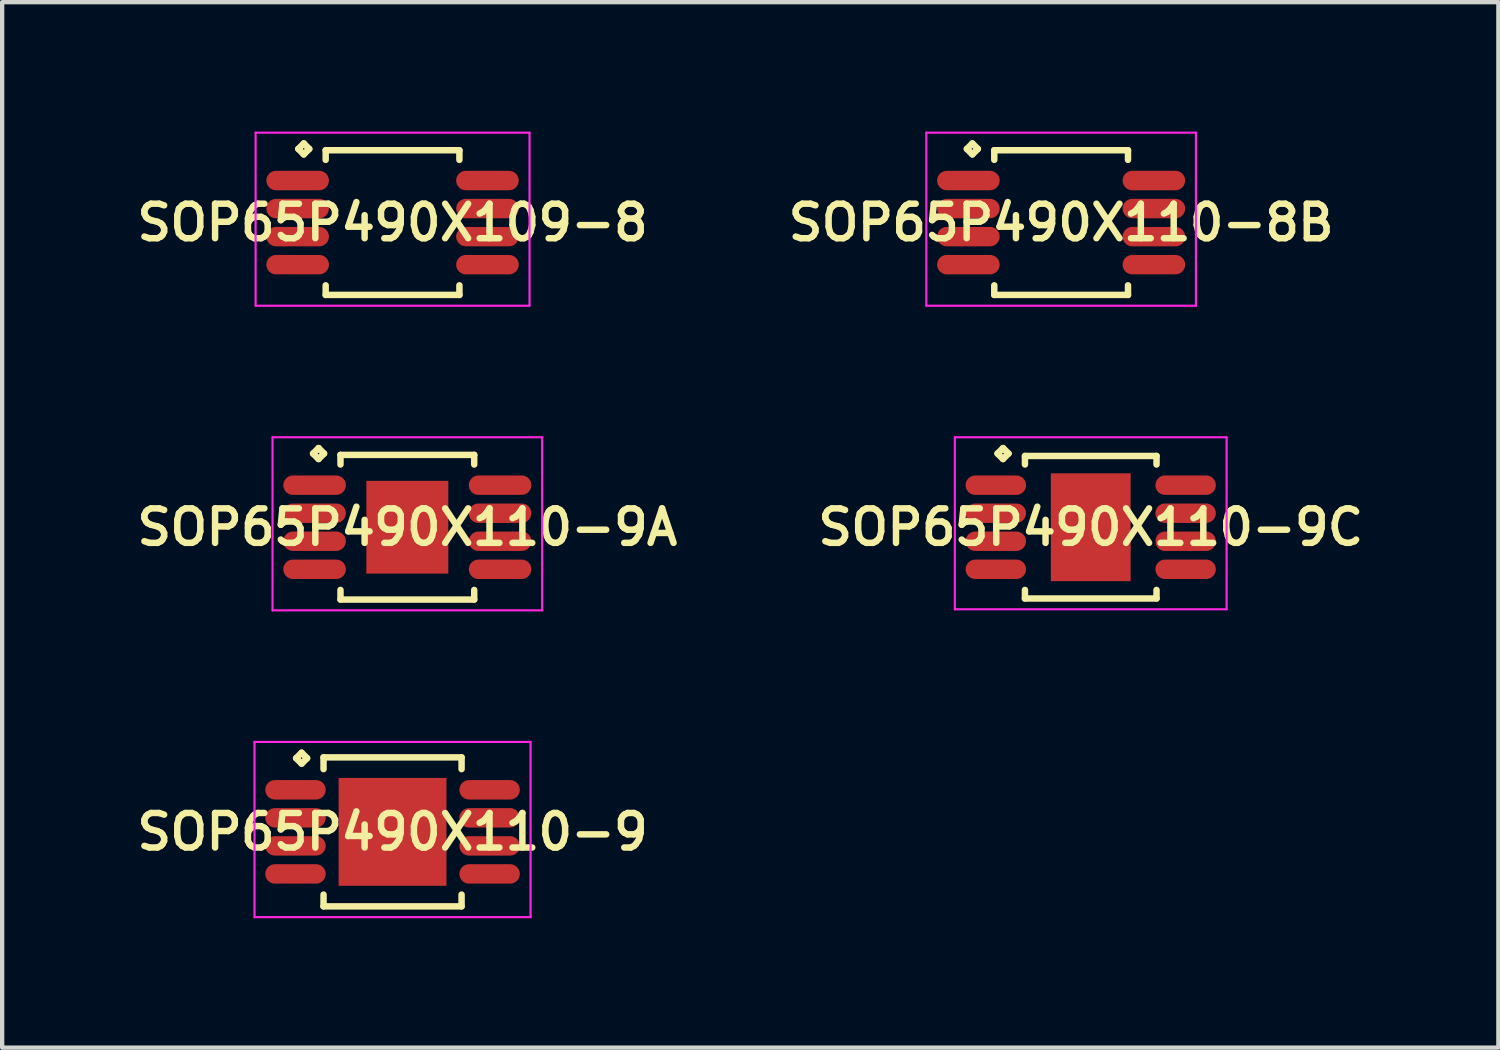
<source format=kicad_pcb>
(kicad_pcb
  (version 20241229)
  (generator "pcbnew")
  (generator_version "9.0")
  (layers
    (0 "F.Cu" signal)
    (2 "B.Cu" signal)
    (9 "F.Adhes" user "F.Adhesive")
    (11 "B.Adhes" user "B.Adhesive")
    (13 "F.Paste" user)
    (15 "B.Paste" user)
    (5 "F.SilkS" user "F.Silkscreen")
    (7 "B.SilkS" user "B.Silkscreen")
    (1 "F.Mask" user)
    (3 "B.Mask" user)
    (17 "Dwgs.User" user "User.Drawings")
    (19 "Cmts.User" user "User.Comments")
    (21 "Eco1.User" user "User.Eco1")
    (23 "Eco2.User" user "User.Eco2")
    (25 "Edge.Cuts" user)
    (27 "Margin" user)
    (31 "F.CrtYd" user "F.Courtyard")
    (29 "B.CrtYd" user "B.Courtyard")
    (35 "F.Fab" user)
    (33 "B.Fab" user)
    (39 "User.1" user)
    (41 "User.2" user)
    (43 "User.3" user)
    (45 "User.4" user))
  (footprint "SOP65P490X110-9C"
    (layer "F.Cu")
    (at 22.235 9.172)
    (property "Reference" "SOP65P490X110-9C" (at 0 0 0) (layer "F.SilkS") (effects (font (size 0.8 0.8) (thickness 0.15))))
    (attr smd)
    (fp_line (start -2.16 -1.708) (end -2.033 -1.835) (stroke (width 0.15) (type solid)) (layer "F.SilkS"))
    (fp_line (start -2.033 -1.835) (end -1.906 -1.708) (stroke (width 0.15) (type solid)) (layer "F.SilkS"))
    (fp_line (start -2.033 -1.581) (end -2.16 -1.708) (stroke (width 0.15) (type solid)) (layer "F.SilkS"))
    (fp_line (start -1.906 -1.708) (end -2.033 -1.581) (stroke (width 0.15) (type solid)) (layer "F.SilkS"))
    (fp_line (start -1.525 -1.652) (end 1.525 -1.652) (stroke (width 0.15) (type solid)) (layer "F.SilkS"))
    (fp_line (start -1.525 -1.454) (end -1.525 -1.652) (stroke (width 0.15) (type solid)) (layer "F.SilkS"))
    (fp_line (start -1.525 1.454) (end -1.525 1.652) (stroke (width 0.15) (type solid)) (layer "F.SilkS"))
    (fp_line (start -1.525 1.652) (end 1.525 1.652) (stroke (width 0.15) (type solid)) (layer "F.SilkS"))
    (fp_line (start 1.525 -1.652) (end 1.525 -1.454) (stroke (width 0.15) (type solid)) (layer "F.SilkS"))
    (fp_line (start 1.525 1.652) (end 1.525 1.454) (stroke (width 0.15) (type solid)) (layer "F.SilkS"))
    (fp_line (start -3.15 -2.085) (end 3.15 -2.085) (stroke (width 0.05) (type solid)) (layer "F.CrtYd"))
    (fp_line (start -3.15 1.902) (end -3.15 -2.085) (stroke (width 0.05) (type solid)) (layer "F.CrtYd"))
    (fp_line (start 3.15 -2.085) (end 3.15 1.902) (stroke (width 0.05) (type solid)) (layer "F.CrtYd"))
    (fp_line (start 3.15 1.902) (end -3.15 1.902) (stroke (width 0.05) (type solid)) (layer "F.CrtYd"))
    (pad "1" smd oval (at -2.2 -0.975) (size 1.4 0.45) (layers "F.Cu" "F.Mask" "F.Paste"))
    (pad "2" smd oval (at -2.2 -0.325) (size 1.4 0.45) (layers "F.Cu" "F.Mask" "F.Paste"))
    (pad "3" smd oval (at -2.2 0.325) (size 1.4 0.45) (layers "F.Cu" "F.Mask" "F.Paste"))
    (pad "4" smd oval (at -2.2 0.975) (size 1.4 0.45) (layers "F.Cu" "F.Mask" "F.Paste"))
    (pad "5" smd oval (at 2.2 0.975) (size 1.4 0.45) (layers "F.Cu" "F.Mask" "F.Paste"))
    (pad "6" smd oval (at 2.2 0.325) (size 1.4 0.45) (layers "F.Cu" "F.Mask" "F.Paste"))
    (pad "7" smd oval (at 2.2 -0.325) (size 1.4 0.45) (layers "F.Cu" "F.Mask" "F.Paste"))
    (pad "8" smd oval (at 2.2 -0.975) (size 1.4 0.45) (layers "F.Cu" "F.Mask" "F.Paste"))
    (pad "9" smd rect (at 0 0) (size 1.85 2.5) (layers "F.Cu" "F.Mask" "F.Paste")))
  (footprint "SOP65P490X110-8B"
    (layer "F.Cu")
    (at 21.549 2.11)
    (property "Reference" "SOP65P490X110-8B" (at 0 0 0) (layer "F.SilkS") (effects (font (size 0.8 0.8) (thickness 0.15))))
    (attr smd)
    (fp_line (start -2.185 -1.708) (end -2.058 -1.835) (stroke (width 0.15) (type solid)) (layer "F.SilkS"))
    (fp_line (start -2.058 -1.835) (end -1.931 -1.708) (stroke (width 0.15) (type solid)) (layer "F.SilkS"))
    (fp_line (start -2.058 -1.581) (end -2.185 -1.708) (stroke (width 0.15) (type solid)) (layer "F.SilkS"))
    (fp_line (start -1.931 -1.708) (end -2.058 -1.581) (stroke (width 0.15) (type solid)) (layer "F.SilkS"))
    (fp_line (start -1.55 -1.677) (end 1.55 -1.677) (stroke (width 0.15) (type solid)) (layer "F.SilkS"))
    (fp_line (start -1.55 -1.454) (end -1.55 -1.677) (stroke (width 0.15) (type solid)) (layer "F.SilkS"))
    (fp_line (start -1.55 1.454) (end -1.55 1.677) (stroke (width 0.15) (type solid)) (layer "F.SilkS"))
    (fp_line (start -1.55 1.677) (end 1.55 1.677) (stroke (width 0.15) (type solid)) (layer "F.SilkS"))
    (fp_line (start 1.55 -1.677) (end 1.55 -1.454) (stroke (width 0.15) (type solid)) (layer "F.SilkS"))
    (fp_line (start 1.55 1.677) (end 1.55 1.454) (stroke (width 0.15) (type solid)) (layer "F.SilkS"))
    (fp_line (start -3.125 -2.085) (end 3.125 -2.085) (stroke (width 0.05) (type solid)) (layer "F.CrtYd"))
    (fp_line (start -3.125 1.927) (end -3.125 -2.085) (stroke (width 0.05) (type solid)) (layer "F.CrtYd"))
    (fp_line (start 3.125 -2.085) (end 3.125 1.927) (stroke (width 0.05) (type solid)) (layer "F.CrtYd"))
    (fp_line (start 3.125 1.927) (end -3.125 1.927) (stroke (width 0.05) (type solid)) (layer "F.CrtYd"))
    (pad "1" smd oval (at -2.15 -0.975) (size 1.45 0.45) (layers "F.Cu" "F.Mask" "F.Paste"))
    (pad "2" smd oval (at -2.15 -0.325) (size 1.45 0.45) (layers "F.Cu" "F.Mask" "F.Paste"))
    (pad "3" smd oval (at -2.15 0.325) (size 1.45 0.45) (layers "F.Cu" "F.Mask" "F.Paste"))
    (pad "4" smd oval (at -2.15 0.975) (size 1.45 0.45) (layers "F.Cu" "F.Mask" "F.Paste"))
    (pad "5" smd oval (at 2.15 0.975) (size 1.45 0.45) (layers "F.Cu" "F.Mask" "F.Paste"))
    (pad "6" smd oval (at 2.15 0.325) (size 1.45 0.45) (layers "F.Cu" "F.Mask" "F.Paste"))
    (pad "7" smd oval (at 2.15 -0.325) (size 1.45 0.45) (layers "F.Cu" "F.Mask" "F.Paste"))
    (pad "8" smd oval (at 2.15 -0.975) (size 1.45 0.45) (layers "F.Cu" "F.Mask" "F.Paste")))
  (footprint "SOP65P490X110-9"
    (layer "F.Cu")
    (at 6.05 16.234)
    (property "Reference" "SOP65P490X110-9" (at 0 0 0) (layer "F.SilkS") (effects (font (size 0.8 0.8) (thickness 0.15))))
    (attr smd)
    (fp_line (start -2.235 -1.708) (end -2.108 -1.835) (stroke (width 0.15) (type solid)) (layer "F.SilkS"))
    (fp_line (start -2.108 -1.835) (end -1.981 -1.708) (stroke (width 0.15) (type solid)) (layer "F.SilkS"))
    (fp_line (start -2.108 -1.581) (end -2.235 -1.708) (stroke (width 0.15) (type solid)) (layer "F.SilkS"))
    (fp_line (start -1.981 -1.708) (end -2.108 -1.581) (stroke (width 0.15) (type solid)) (layer "F.SilkS"))
    (fp_line (start -1.6 -1.727) (end 1.6 -1.727) (stroke (width 0.15) (type solid)) (layer "F.SilkS"))
    (fp_line (start -1.6 -1.454) (end -1.6 -1.727) (stroke (width 0.15) (type solid)) (layer "F.SilkS"))
    (fp_line (start -1.6 1.454) (end -1.6 1.727) (stroke (width 0.15) (type solid)) (layer "F.SilkS"))
    (fp_line (start -1.6 1.727) (end 1.6 1.727) (stroke (width 0.15) (type solid)) (layer "F.SilkS"))
    (fp_line (start 1.6 -1.727) (end 1.6 -1.454) (stroke (width 0.15) (type solid)) (layer "F.SilkS"))
    (fp_line (start 1.6 1.727) (end 1.6 1.454) (stroke (width 0.15) (type solid)) (layer "F.SilkS"))
    (fp_line (start -3.2 -2.085) (end 3.2 -2.085) (stroke (width 0.05) (type solid)) (layer "F.CrtYd"))
    (fp_line (start -3.2 1.977) (end -3.2 -2.085) (stroke (width 0.05) (type solid)) (layer "F.CrtYd"))
    (fp_line (start 3.2 -2.085) (end 3.2 1.977) (stroke (width 0.05) (type solid)) (layer "F.CrtYd"))
    (fp_line (start 3.2 1.977) (end -3.2 1.977) (stroke (width 0.05) (type solid)) (layer "F.CrtYd"))
    (pad "1" smd oval (at -2.25 -0.975) (size 1.4 0.45) (layers "F.Cu" "F.Mask" "F.Paste"))
    (pad "2" smd oval (at -2.25 -0.325) (size 1.4 0.45) (layers "F.Cu" "F.Mask" "F.Paste"))
    (pad "3" smd oval (at -2.25 0.325) (size 1.4 0.45) (layers "F.Cu" "F.Mask" "F.Paste"))
    (pad "4" smd oval (at -2.25 0.975) (size 1.4 0.45) (layers "F.Cu" "F.Mask" "F.Paste"))
    (pad "5" smd oval (at 2.25 0.975) (size 1.4 0.45) (layers "F.Cu" "F.Mask" "F.Paste"))
    (pad "6" smd oval (at 2.25 0.325) (size 1.4 0.45) (layers "F.Cu" "F.Mask" "F.Paste"))
    (pad "7" smd oval (at 2.25 -0.325) (size 1.4 0.45) (layers "F.Cu" "F.Mask" "F.Paste"))
    (pad "8" smd oval (at 2.25 -0.975) (size 1.4 0.45) (layers "F.Cu" "F.Mask" "F.Paste"))
    (pad "9" smd rect (at 0 0) (size 2.5 2.5) (layers "F.Cu" "F.Mask" "F.Paste")))
  (footprint "SOP65P490X109-8"
    (layer "F.Cu")
    (at 6.05 2.11)
    (property "Reference" "SOP65P490X109-8" (at 0 0 0) (layer "F.SilkS") (effects (font (size 0.8 0.8) (thickness 0.15))))
    (attr smd)
    (fp_line (start -2.185 -1.708) (end -2.058 -1.835) (stroke (width 0.15) (type solid)) (layer "F.SilkS"))
    (fp_line (start -2.058 -1.835) (end -1.931 -1.708) (stroke (width 0.15) (type solid)) (layer "F.SilkS"))
    (fp_line (start -2.058 -1.581) (end -2.185 -1.708) (stroke (width 0.15) (type solid)) (layer "F.SilkS"))
    (fp_line (start -1.931 -1.708) (end -2.058 -1.581) (stroke (width 0.15) (type solid)) (layer "F.SilkS"))
    (fp_line (start -1.55 -1.677) (end 1.55 -1.677) (stroke (width 0.15) (type solid)) (layer "F.SilkS"))
    (fp_line (start -1.55 -1.454) (end -1.55 -1.677) (stroke (width 0.15) (type solid)) (layer "F.SilkS"))
    (fp_line (start -1.55 1.454) (end -1.55 1.677) (stroke (width 0.15) (type solid)) (layer "F.SilkS"))
    (fp_line (start -1.55 1.677) (end 1.55 1.677) (stroke (width 0.15) (type solid)) (layer "F.SilkS"))
    (fp_line (start 1.55 -1.677) (end 1.55 -1.454) (stroke (width 0.15) (type solid)) (layer "F.SilkS"))
    (fp_line (start 1.55 1.677) (end 1.55 1.454) (stroke (width 0.15) (type solid)) (layer "F.SilkS"))
    (fp_line (start -3.175 -2.085) (end 3.175 -2.085) (stroke (width 0.05) (type solid)) (layer "F.CrtYd"))
    (fp_line (start -3.175 1.927) (end -3.175 -2.085) (stroke (width 0.05) (type solid)) (layer "F.CrtYd"))
    (fp_line (start 3.175 -2.085) (end 3.175 1.927) (stroke (width 0.05) (type solid)) (layer "F.CrtYd"))
    (fp_line (start 3.175 1.927) (end -3.175 1.927) (stroke (width 0.05) (type solid)) (layer "F.CrtYd"))
    (pad "1" smd oval (at -2.2 -0.975) (size 1.45 0.45) (layers "F.Cu" "F.Mask" "F.Paste"))
    (pad "2" smd oval (at -2.2 -0.325) (size 1.45 0.45) (layers "F.Cu" "F.Mask" "F.Paste"))
    (pad "3" smd oval (at -2.2 0.325) (size 1.45 0.45) (layers "F.Cu" "F.Mask" "F.Paste"))
    (pad "4" smd oval (at -2.2 0.975) (size 1.45 0.45) (layers "F.Cu" "F.Mask" "F.Paste"))
    (pad "5" smd oval (at 2.2 0.975) (size 1.45 0.45) (layers "F.Cu" "F.Mask" "F.Paste"))
    (pad "6" smd oval (at 2.2 0.325) (size 1.45 0.45) (layers "F.Cu" "F.Mask" "F.Paste"))
    (pad "7" smd oval (at 2.2 -0.325) (size 1.45 0.45) (layers "F.Cu" "F.Mask" "F.Paste"))
    (pad "8" smd oval (at 2.2 -0.975) (size 1.45 0.45) (layers "F.Cu" "F.Mask" "F.Paste")))
  (footprint "SOP65P490X110-9A"
    (layer "F.Cu")
    (at 6.393 9.172)
    (property "Reference" "SOP65P490X110-9A" (at 0 0 0) (layer "F.SilkS") (effects (font (size 0.8 0.8) (thickness 0.15))))
    (attr smd)
    (fp_line (start -2.185 -1.708) (end -2.058 -1.835) (stroke (width 0.15) (type solid)) (layer "F.SilkS"))
    (fp_line (start -2.058 -1.835) (end -1.931 -1.708) (stroke (width 0.15) (type solid)) (layer "F.SilkS"))
    (fp_line (start -2.058 -1.581) (end -2.185 -1.708) (stroke (width 0.15) (type solid)) (layer "F.SilkS"))
    (fp_line (start -1.931 -1.708) (end -2.058 -1.581) (stroke (width 0.15) (type solid)) (layer "F.SilkS"))
    (fp_line (start -1.55 -1.677) (end 1.55 -1.677) (stroke (width 0.15) (type solid)) (layer "F.SilkS"))
    (fp_line (start -1.55 -1.454) (end -1.55 -1.677) (stroke (width 0.15) (type solid)) (layer "F.SilkS"))
    (fp_line (start -1.55 1.454) (end -1.55 1.677) (stroke (width 0.15) (type solid)) (layer "F.SilkS"))
    (fp_line (start -1.55 1.677) (end 1.55 1.677) (stroke (width 0.15) (type solid)) (layer "F.SilkS"))
    (fp_line (start 1.55 -1.677) (end 1.55 -1.454) (stroke (width 0.15) (type solid)) (layer "F.SilkS"))
    (fp_line (start 1.55 1.677) (end 1.55 1.454) (stroke (width 0.15) (type solid)) (layer "F.SilkS"))
    (fp_line (start -3.125 -2.085) (end 3.125 -2.085) (stroke (width 0.05) (type solid)) (layer "F.CrtYd"))
    (fp_line (start -3.125 1.927) (end -3.125 -2.085) (stroke (width 0.05) (type solid)) (layer "F.CrtYd"))
    (fp_line (start 3.125 -2.085) (end 3.125 1.927) (stroke (width 0.05) (type solid)) (layer "F.CrtYd"))
    (fp_line (start 3.125 1.927) (end -3.125 1.927) (stroke (width 0.05) (type solid)) (layer "F.CrtYd"))
    (pad "1" smd oval (at -2.15 -0.975) (size 1.45 0.45) (layers "F.Cu" "F.Mask" "F.Paste"))
    (pad "2" smd oval (at -2.15 -0.325) (size 1.45 0.45) (layers "F.Cu" "F.Mask" "F.Paste"))
    (pad "3" smd oval (at -2.15 0.325) (size 1.45 0.45) (layers "F.Cu" "F.Mask" "F.Paste"))
    (pad "4" smd oval (at -2.15 0.975) (size 1.45 0.45) (layers "F.Cu" "F.Mask" "F.Paste"))
    (pad "5" smd oval (at 2.15 0.975) (size 1.45 0.45) (layers "F.Cu" "F.Mask" "F.Paste"))
    (pad "6" smd oval (at 2.15 0.325) (size 1.45 0.45) (layers "F.Cu" "F.Mask" "F.Paste"))
    (pad "7" smd oval (at 2.15 -0.325) (size 1.45 0.45) (layers "F.Cu" "F.Mask" "F.Paste"))
    (pad "8" smd oval (at 2.15 -0.975) (size 1.45 0.45) (layers "F.Cu" "F.Mask" "F.Paste"))
    (pad "9" smd rect (at 0 0) (size 1.9 2.15) (layers "F.Cu" "F.Mask" "F.Paste")))
  (gr_rect
    (start -3 -3)
    (end 31.685 21.236)
    (stroke (width 0.1) (type default))
    (fill no)
    (layer "Edge.Cuts")))
</source>
